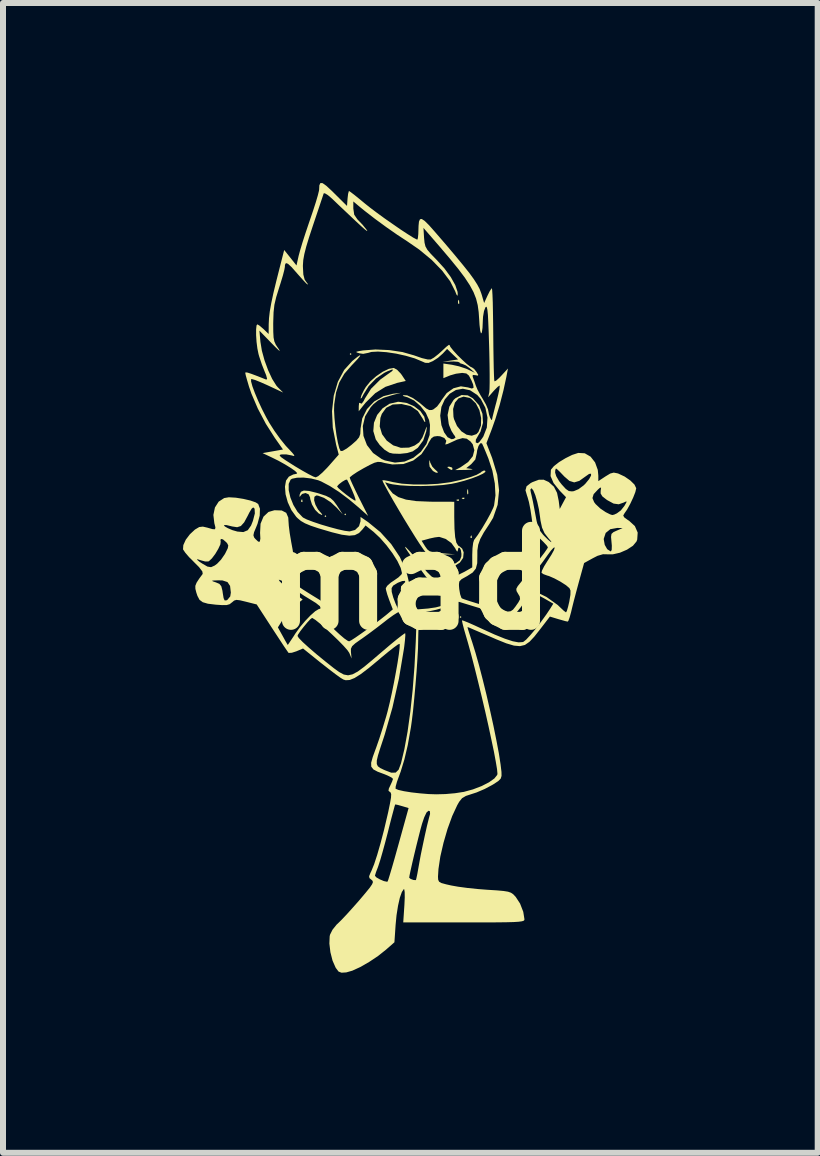
<source format=kicad_pcb>
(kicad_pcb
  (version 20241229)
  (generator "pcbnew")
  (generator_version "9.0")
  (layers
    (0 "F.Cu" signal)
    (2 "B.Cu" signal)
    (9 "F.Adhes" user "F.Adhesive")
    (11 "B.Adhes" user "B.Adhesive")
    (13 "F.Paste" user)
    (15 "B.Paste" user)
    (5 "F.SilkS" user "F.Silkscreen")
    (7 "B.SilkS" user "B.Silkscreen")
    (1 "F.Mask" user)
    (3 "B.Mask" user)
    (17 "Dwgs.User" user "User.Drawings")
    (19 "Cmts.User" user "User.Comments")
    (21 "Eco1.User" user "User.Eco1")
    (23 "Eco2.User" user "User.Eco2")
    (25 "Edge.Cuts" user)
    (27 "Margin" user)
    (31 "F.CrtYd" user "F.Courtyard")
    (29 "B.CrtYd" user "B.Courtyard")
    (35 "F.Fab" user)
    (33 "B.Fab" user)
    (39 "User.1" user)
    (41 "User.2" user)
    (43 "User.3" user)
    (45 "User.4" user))
  (footprint "mad"
    (layer "F.Cu")
    (at 3.799 6.618)
    (property "Reference" "mad" (at 0 0 0) (layer "F.SilkS") (effects (font (size 1.5 1.5) (thickness 0.3))))
    (attr board_only exclude_from_pos_files exclude_from_bom)
    (fp_poly (pts (xy -1.411 -1.066) (xy -1.426 -1.051) (xy -1.441 -1.066) (xy -1.426 -1.081)) (stroke (width 0) (type solid)) (fill yes) (layer "F.SilkS"))
    (fp_poly (pts (xy -1.081 -1.096) (xy -1.096 -1.081) (xy -1.111 -1.096) (xy -1.096 -1.111)) (stroke (width 0) (type solid)) (fill yes) (layer "F.SilkS"))
    (fp_poly (pts (xy -0.991 -3.768) (xy -1.006 -3.753) (xy -1.021 -3.768) (xy -1.006 -3.783)) (stroke (width 0) (type solid)) (fill yes) (layer "F.SilkS"))
    (fp_poly (pts (xy 0.841 0.615) (xy 0.826 0.63) (xy 0.811 0.615) (xy 0.826 0.6)) (stroke (width 0) (type solid)) (fill yes) (layer "F.SilkS"))
    (fp_poly (pts (xy -1.811 -1.341) (xy -1.808 -1.305) (xy -1.811 -1.301) (xy -1.829 -1.305) (xy -1.831 -1.321) (xy -1.82 -1.346)) (stroke (width 0) (type solid)) (fill yes) (layer "F.SilkS"))
    (fp_poly (pts (xy 0.801 -1.341) (xy 0.797 -1.323) (xy 0.781 -1.321) (xy 0.756 -1.332) (xy 0.761 -1.341) (xy 0.796 -1.345)) (stroke (width 0) (type solid)) (fill yes) (layer "F.SilkS"))
    (fp_poly (pts (xy 0.801 -4.659) (xy 0.805 -4.612) (xy 0.799 -4.602) (xy 0.785 -4.611) (xy 0.783 -4.641) (xy 0.79 -4.673)) (stroke (width 0) (type solid)) (fill yes) (layer "F.SilkS"))
    (fp_poly (pts (xy 0.891 -1.371) (xy 0.887 -1.353) (xy 0.871 -1.351) (xy 0.846 -1.362) (xy 0.851 -1.371) (xy 0.886 -1.375)) (stroke (width 0) (type solid)) (fill yes) (layer "F.SilkS"))
    (fp_poly (pts (xy 0.951 -1.509) (xy 0.955 -1.447) (xy 0.951 -1.434) (xy 0.94 -1.43) (xy 0.935 -1.471) (xy 0.94 -1.514)) (stroke (width 0) (type solid)) (fill yes) (layer "F.SilkS"))
    (fp_poly (pts (xy 1.011 -0.741) (xy 1.014 -0.705) (xy 1.011 -0.701) (xy 0.993 -0.705) (xy 0.991 -0.721) (xy 1.002 -0.745)) (stroke (width 0) (type solid)) (fill yes) (layer "F.SilkS"))
    (fp_poly (pts (xy 0.683 -1.877) (xy 0.691 -1.861) (xy 0.686 -1.835) (xy 0.66 -1.843) (xy 0.63 -1.861) (xy 0.603 -1.885) (xy 0.631 -1.891) (xy 0.638 -1.891)) (stroke (width 0) (type solid)) (fill yes) (layer "F.SilkS"))
    (fp_poly (pts (xy 0.315 -1.991) (xy 0.321 -1.959) (xy 0.356 -1.89) (xy 0.398 -1.847) (xy 0.44 -1.809) (xy 0.447 -1.788) (xy 0.414 -1.792) (xy 0.366 -1.819) (xy 0.311 -1.89) (xy 0.304 -1.946) (xy 0.308 -1.997)) (stroke (width 0) (type solid)) (fill yes) (layer "F.SilkS"))
    (fp_poly (pts (xy -1.698 -1.486) (xy -1.568 -1.454) (xy -1.531 -1.443) (xy -1.417 -1.405) (xy -1.343 -1.368) (xy -1.288 -1.318) (xy -1.232 -1.242) (xy -1.23 -1.238) (xy -1.137 -1.096) (xy -1.236 -1.205) (xy -1.339 -1.3) (xy -1.449 -1.371) (xy -1.549 -1.408) (xy -1.579 -1.411) (xy -1.61 -1.388) (xy -1.614 -1.331) (xy -1.592 -1.256) (xy -1.55 -1.179) (xy -1.526 -1.15) (xy -1.481 -1.098) (xy -1.481 -1.084) (xy -1.528 -1.107) (xy -1.539 -1.113) (xy -1.598 -1.172) (xy -1.65 -1.261) (xy -1.679 -1.352) (xy -1.681 -1.376) (xy -1.705 -1.429) (xy -1.757 -1.452) (xy -1.813 -1.437) (xy -1.833 -1.416) (xy -1.855 -1.385) (xy -1.857 -1.409) (xy -1.855 -1.426) (xy -1.834 -1.473) (xy -1.785 -1.493)) (stroke (width 0) (type solid)) (fill yes) (layer "F.SilkS"))
    (fp_poly (pts (xy -0.286 -3.536) (xy -0.233 -3.507) (xy -0.173 -3.445) (xy -0.157 -3.424) (xy -0.087 -3.319) (xy -0.231 -3.287) (xy -0.427 -3.221) (xy -0.595 -3.116) (xy -0.751 -2.963) (xy -0.786 -2.921) (xy -0.871 -2.814) (xy -0.87 -2.901) (xy -0.864 -2.955) (xy -0.847 -2.951) (xy -0.845 -2.949) (xy -0.821 -2.941) (xy -0.787 -2.988) (xy -0.769 -3.025) (xy -0.665 -3.19) (xy -0.512 -3.342) (xy -0.394 -3.427) (xy -0.319 -3.48) (xy -0.296 -3.507) (xy -0.322 -3.508) (xy -0.393 -3.48) (xy -0.444 -3.455) (xy -0.583 -3.36) (xy -0.705 -3.234) (xy -0.79 -3.098) (xy -0.793 -3.092) (xy -0.821 -3.038) (xy -0.838 -3.026) (xy -0.839 -3.034) (xy -0.825 -3.084) (xy -0.786 -3.163) (xy -0.752 -3.22) (xy -0.678 -3.312) (xy -0.578 -3.4) (xy -0.469 -3.474) (xy -0.367 -3.522) (xy -0.287 -3.536)) (stroke (width 0) (type solid)) (fill yes) (layer "F.SilkS"))
    (fp_poly (pts (xy -0.069 -2.952) (xy 0.054 -2.897) (xy 0.156 -2.818) (xy 0.221 -2.724) (xy 0.239 -2.642) (xy 0.228 -2.635) (xy 0.204 -2.674) (xy 0.198 -2.687) (xy 0.114 -2.818) (xy -0.003 -2.899) (xy -0.157 -2.935) (xy -0.304 -2.927) (xy -0.413 -2.872) (xy -0.486 -2.771) (xy -0.51 -2.703) (xy -0.521 -2.561) (xy -0.482 -2.432) (xy -0.404 -2.325) (xy -0.296 -2.246) (xy -0.169 -2.205) (xy -0.033 -2.209) (xy 0.06 -2.243) (xy 0.136 -2.296) (xy 0.19 -2.376) (xy 0.219 -2.447) (xy 0.249 -2.53) (xy 0.263 -2.56) (xy 0.263 -2.539) (xy 0.254 -2.478) (xy 0.204 -2.328) (xy 0.114 -2.206) (xy 0.029 -2.146) (xy -0.064 -2.118) (xy -0.184 -2.105) (xy -0.3 -2.109) (xy -0.36 -2.123) (xy -0.438 -2.171) (xy -0.521 -2.252) (xy -0.585 -2.342) (xy -0.588 -2.348) (xy -0.628 -2.484) (xy -0.617 -2.623) (xy -0.564 -2.753) (xy -0.474 -2.863) (xy -0.356 -2.94) (xy -0.218 -2.972) (xy -0.203 -2.972)) (stroke (width 0) (type solid)) (fill yes) (layer "F.SilkS"))
    (fp_poly (pts (xy 1.235 -1.824) (xy 1.241 -1.804) (xy 1.199 -1.774) (xy 1.12 -1.737) (xy 1.014 -1.696) (xy 0.891 -1.657) (xy 0.762 -1.623) (xy 0.676 -1.605) (xy 0.53 -1.585) (xy 0.356 -1.573) (xy 0.169 -1.568) (xy -0.015 -1.57) (xy -0.18 -1.58) (xy -0.309 -1.597) (xy -0.358 -1.608) (xy -0.432 -1.631) (xy -0.372 -1.529) (xy -0.305 -1.446) (xy -0.211 -1.384) (xy -0.083 -1.342) (xy 0.088 -1.317) (xy 0.309 -1.308) (xy 0.353 -1.307) (xy 0.721 -1.306) (xy 0.721 -1.051) (xy 0.725 -0.857) (xy 0.736 -0.717) (xy 0.756 -0.625) (xy 0.787 -0.575) (xy 0.81 -0.562) (xy 0.853 -0.525) (xy 0.878 -0.464) (xy 0.869 -0.371) (xy 0.814 -0.292) (xy 0.727 -0.237) (xy 0.621 -0.214) (xy 0.511 -0.232) (xy 0.51 -0.232) (xy 0.414 -0.285) (xy 0.316 -0.375) (xy 0.209 -0.51) (xy 0.141 -0.609) (xy 0.11 -0.657) (xy 0.177 -0.657) (xy 0.237 -0.561) (xy 0.273 -0.511) (xy 0.312 -0.481) (xy 0.373 -0.463) (xy 0.471 -0.452) (xy 0.517 -0.448) (xy 0.736 -0.431) (xy 0.545 -0.426) (xy 0.431 -0.417) (xy 0.375 -0.398) (xy 0.377 -0.366) (xy 0.436 -0.321) (xy 0.482 -0.295) (xy 0.573 -0.253) (xy 0.642 -0.244) (xy 0.717 -0.268) (xy 0.752 -0.286) (xy 0.815 -0.332) (xy 0.839 -0.395) (xy 0.841 -0.436) (xy 0.831 -0.502) (xy 0.811 -0.539) (xy 0.79 -0.537) (xy 0.779 -0.489) (xy 0.779 -0.488) (xy 0.769 -0.475) (xy 0.745 -0.513) (xy 0.737 -0.531) (xy 0.673 -0.619) (xy 0.577 -0.687) (xy 0.475 -0.72) (xy 0.459 -0.72) (xy 0.396 -0.712) (xy 0.308 -0.693) (xy 0.291 -0.688) (xy 0.177 -0.657) (xy 0.11 -0.657) (xy 0.064 -0.729) (xy -0.022 -0.868) (xy -0.114 -1.018) (xy -0.205 -1.171) (xy -0.291 -1.318) (xy -0.366 -1.449) (xy -0.425 -1.557) (xy -0.464 -1.631) (xy -0.477 -1.664) (xy -0.477 -1.665) (xy -0.444 -1.664) (xy -0.371 -1.651) (xy -0.301 -1.634) (xy -0.153 -1.608) (xy 0.035 -1.595) (xy 0.242 -1.594) (xy 0.449 -1.605) (xy 0.636 -1.629) (xy 0.665 -1.634) (xy 0.833 -1.671) (xy 0.978 -1.713) (xy 1.091 -1.754) (xy 1.16 -1.792) (xy 1.174 -1.806) (xy 1.215 -1.827)) (stroke (width 0) (type solid)) (fill yes) (layer "F.SilkS"))
    (fp_poly (pts (xy -1.473 -6.616) (xy -1.41 -6.571) (xy -1.316 -6.484) (xy -1.281 -6.449) (xy -1.066 -6.236) (xy -1.057 -6.36) (xy -1.048 -6.437) (xy -1.036 -6.481) (xy -1.032 -6.485) (xy -1.005 -6.467) (xy -0.941 -6.418) (xy -0.852 -6.346) (xy -0.771 -6.279) (xy -0.682 -6.208) (xy -0.568 -6.122) (xy -0.439 -6.028) (xy -0.304 -5.934) (xy -0.174 -5.844) (xy -0.058 -5.768) (xy 0.034 -5.71) (xy 0.093 -5.679) (xy 0.106 -5.674) (xy 0.115 -5.701) (xy 0.122 -5.769) (xy 0.123 -5.802) (xy 0.126 -5.904) (xy 0.133 -5.975) (xy 0.15 -6.014) (xy 0.179 -6.019) (xy 0.228 -5.987) (xy 0.3 -5.916) (xy 0.399 -5.804) (xy 0.532 -5.65) (xy 0.572 -5.604) (xy 0.739 -5.406) (xy 0.871 -5.246) (xy 0.973 -5.118) (xy 1.049 -5.013) (xy 1.104 -4.927) (xy 1.144 -4.852) (xy 1.171 -4.78) (xy 1.181 -4.749) (xy 1.219 -4.618) (xy 1.275 -4.741) (xy 1.312 -4.815) (xy 1.341 -4.859) (xy 1.348 -4.864) (xy 1.353 -4.835) (xy 1.358 -4.754) (xy 1.363 -4.629) (xy 1.366 -4.468) (xy 1.369 -4.279) (xy 1.371 -4.096) (xy 1.373 -3.887) (xy 1.376 -3.699) (xy 1.379 -3.539) (xy 1.383 -3.416) (xy 1.387 -3.338) (xy 1.391 -3.313) (xy 1.418 -3.324) (xy 1.47 -3.37) (xy 1.511 -3.413) (xy 1.616 -3.527) (xy 1.59 -3.389) (xy 1.541 -3.163) (xy 1.478 -2.919) (xy 1.406 -2.684) (xy 1.346 -2.514) (xy 1.257 -2.282) (xy 1.353 -2.034) (xy 1.437 -1.756) (xy 1.468 -1.495) (xy 1.444 -1.255) (xy 1.368 -1.038) (xy 1.307 -0.937) (xy 1.214 -0.795) (xy 1.154 -0.685) (xy 1.12 -0.589) (xy 1.106 -0.493) (xy 1.106 -0.412) (xy 1.104 -0.282) (xy 1.081 -0.193) (xy 1.028 -0.127) (xy 0.935 -0.067) (xy 0.922 -0.06) (xy 0.843 -0.016) (xy 0.806 0.022) (xy 0.798 0.075) (xy 0.804 0.148) (xy 0.819 0.234) (xy 0.839 0.292) (xy 0.848 0.304) (xy 0.886 0.319) (xy 0.97 0.347) (xy 1.089 0.384) (xy 1.23 0.426) (xy 1.264 0.436) (xy 1.422 0.483) (xy 1.532 0.513) (xy 1.608 0.526) (xy 1.66 0.519) (xy 1.7 0.492) (xy 1.739 0.443) (xy 1.79 0.37) (xy 1.818 0.317) (xy 1.811 0.271) (xy 1.785 0.227) (xy 1.759 0.182) (xy 1.755 0.145) (xy 1.778 0.102) (xy 1.868 0.102) (xy 2.032 0.169) (xy 2.259 0.281) (xy 2.445 0.414) (xy 2.492 0.459) (xy 2.546 0.51) (xy 2.581 0.536) (xy 2.584 0.537) (xy 2.598 0.512) (xy 2.618 0.443) (xy 2.638 0.358) (xy 2.657 0.244) (xy 2.658 0.173) (xy 2.641 0.134) (xy 2.584 0.085) (xy 2.492 0.026) (xy 2.39 -0.029) (xy 2.298 -0.069) (xy 2.272 -0.076) (xy 2.207 -0.1) (xy 2.175 -0.123) (xy 2.183 -0.159) (xy 2.218 -0.229) (xy 2.274 -0.319) (xy 2.282 -0.331) (xy 2.341 -0.424) (xy 2.382 -0.499) (xy 2.396 -0.543) (xy 2.395 -0.545) (xy 2.375 -0.539) (xy 2.332 -0.492) (xy 2.276 -0.416) (xy 2.198 -0.307) (xy 2.103 -0.182) (xy 2.018 -0.077) (xy 1.868 0.102) (xy 1.778 0.102) (xy 1.78 0.099) (xy 1.838 0.027) (xy 1.85 0.011) (xy 1.958 -0.118) (xy 2.06 -0.245) (xy 2.15 -0.361) (xy 2.222 -0.455) (xy 2.268 -0.521) (xy 2.282 -0.547) (xy 2.262 -0.578) (xy 2.21 -0.634) (xy 2.161 -0.682) (xy 2.101 -0.742) (xy 2.063 -0.795) (xy 2.039 -0.86) (xy 2.022 -0.954) (xy 2.01 -1.048) (xy 1.99 -1.179) (xy 1.966 -1.3) (xy 1.941 -1.389) (xy 1.936 -1.401) (xy 1.908 -1.498) (xy 1.911 -1.508) (xy 1.989 -1.508) (xy 1.997 -1.464) (xy 2.011 -1.405) (xy 2.033 -1.304) (xy 2.057 -1.179) (xy 2.068 -1.12) (xy 2.094 -0.983) (xy 2.12 -0.888) (xy 2.152 -0.821) (xy 2.197 -0.762) (xy 2.22 -0.737) (xy 2.285 -0.673) (xy 2.328 -0.638) (xy 2.342 -0.633) (xy 2.321 -0.664) (xy 2.31 -0.676) (xy 3.213 -0.676) (xy 3.229 -0.588) (xy 3.27 -0.516) (xy 3.324 -0.481) (xy 3.333 -0.48) (xy 3.345 -0.507) (xy 3.347 -0.575) (xy 3.342 -0.63) (xy 3.334 -0.72) (xy 3.341 -0.77) (xy 3.374 -0.8) (xy 3.426 -0.824) (xy 3.528 -0.868) (xy 3.437 -0.87) (xy 3.322 -0.849) (xy 3.245 -0.787) (xy 3.213 -0.691) (xy 3.213 -0.676) (xy 2.31 -0.676) (xy 2.291 -0.698) (xy 2.225 -0.783) (xy 2.184 -0.875) (xy 2.158 -0.995) (xy 2.151 -1.051) (xy 2.132 -1.18) (xy 2.104 -1.306) (xy 2.072 -1.415) (xy 2.039 -1.495) (xy 2.011 -1.53) (xy 2.007 -1.531) (xy 1.989 -1.508) (xy 1.911 -1.508) (xy 1.926 -1.564) (xy 1.995 -1.618) (xy 2.026 -1.634) (xy 2.13 -1.673) (xy 2.21 -1.674) (xy 2.292 -1.637) (xy 2.299 -1.632) (xy 2.382 -1.557) (xy 2.434 -1.455) (xy 2.462 -1.321) (xy 2.479 -1.186) (xy 2.531 -1.284) (xy 2.576 -1.368) (xy 3.024 -1.368) (xy 3.052 -1.3) (xy 3.077 -1.267) (xy 3.156 -1.193) (xy 3.245 -1.133) (xy 3.249 -1.131) (xy 3.317 -1.097) (xy 3.354 -1.085) (xy 3.386 -1.092) (xy 3.431 -1.113) (xy 3.497 -1.162) (xy 3.555 -1.235) (xy 3.556 -1.236) (xy 3.59 -1.296) (xy 3.591 -1.314) (xy 3.559 -1.3) (xy 3.548 -1.294) (xy 3.462 -1.264) (xy 3.376 -1.276) (xy 3.271 -1.333) (xy 3.262 -1.339) (xy 3.189 -1.396) (xy 3.16 -1.445) (xy 3.161 -1.49) (xy 3.168 -1.54) (xy 3.151 -1.541) (xy 3.116 -1.51) (xy 3.044 -1.433) (xy 3.024 -1.368) (xy 2.576 -1.368) (xy 2.584 -1.382) (xy 2.481 -1.488) (xy 2.376 -1.618) (xy 2.326 -1.734) (xy 2.329 -1.792) (xy 2.402 -1.792) (xy 2.421 -1.731) (xy 2.469 -1.649) (xy 2.512 -1.594) (xy 2.58 -1.52) (xy 2.63 -1.485) (xy 2.682 -1.479) (xy 2.714 -1.483) (xy 2.792 -1.516) (xy 2.876 -1.578) (xy 2.905 -1.606) (xy 2.969 -1.684) (xy 3.001 -1.743) (xy 3.001 -1.774) (xy 2.968 -1.77) (xy 2.91 -1.729) (xy 2.805 -1.654) (xy 2.72 -1.629) (xy 2.64 -1.654) (xy 2.552 -1.73) (xy 2.546 -1.737) (xy 2.481 -1.805) (xy 2.433 -1.85) (xy 2.416 -1.861) (xy 2.405 -1.836) (xy 2.402 -1.792) (xy 2.329 -1.792) (xy 2.331 -1.834) (xy 2.335 -1.844) (xy 2.382 -1.9) (xy 2.468 -1.967) (xy 2.575 -2.032) (xy 2.686 -2.087) (xy 2.784 -2.119) (xy 2.788 -2.12) (xy 2.896 -2.114) (xy 2.993 -2.058) (xy 3.068 -1.962) (xy 3.113 -1.837) (xy 3.122 -1.742) (xy 3.122 -1.65) (xy 3.242 -1.729) (xy 3.321 -1.777) (xy 3.379 -1.792) (xy 3.442 -1.78) (xy 3.457 -1.775) (xy 3.561 -1.726) (xy 3.655 -1.661) (xy 3.724 -1.593) (xy 3.753 -1.533) (xy 3.753 -1.529) (xy 3.739 -1.468) (xy 3.703 -1.376) (xy 3.654 -1.272) (xy 3.602 -1.177) (xy 3.556 -1.111) (xy 3.556 -1.11) (xy 3.537 -1.077) (xy 3.554 -1.046) (xy 3.614 -1.002) (xy 3.634 -0.99) (xy 3.731 -0.901) (xy 3.778 -0.793) (xy 3.77 -0.676) (xy 3.758 -0.644) (xy 3.699 -0.573) (xy 3.6 -0.508) (xy 3.482 -0.457) (xy 3.363 -0.43) (xy 3.293 -0.43) (xy 3.2 -0.432) (xy 3.108 -0.405) (xy 3.03 -0.365) (xy 2.885 -0.285) (xy 2.794 0.045) (xy 2.753 0.197) (xy 2.714 0.345) (xy 2.683 0.469) (xy 2.668 0.533) (xy 2.644 0.62) (xy 2.623 0.678) (xy 2.612 0.691) (xy 2.573 0.683) (xy 2.499 0.662) (xy 2.453 0.649) (xy 2.315 0.607) (xy 2.149 0.823) (xy 2.055 0.942) (xy 1.975 1.027) (xy 1.899 1.08) (xy 1.816 1.1) (xy 1.716 1.091) (xy 1.588 1.053) (xy 1.424 0.987) (xy 1.293 0.93) (xy 1.162 0.874) (xy 1.052 0.827) (xy 0.976 0.794) (xy 0.942 0.781) (xy 0.942 0.781) (xy 0.947 0.807) (xy 0.969 0.877) (xy 1.002 0.979) (xy 1.021 1.036) (xy 1.074 1.207) (xy 1.133 1.416) (xy 1.195 1.655) (xy 1.258 1.91) (xy 1.318 2.172) (xy 1.375 2.431) (xy 1.424 2.673) (xy 1.465 2.89) (xy 1.493 3.071) (xy 1.508 3.196) (xy 1.509 3.263) (xy 1.495 3.308) (xy 1.454 3.349) (xy 1.375 3.401) (xy 1.351 3.415) (xy 1.229 3.48) (xy 1.093 3.538) (xy 1.016 3.563) (xy 0.915 3.596) (xy 0.851 3.634) (xy 0.803 3.694) (xy 0.771 3.75) (xy 0.687 3.931) (xy 0.609 4.146) (xy 0.542 4.377) (xy 0.489 4.606) (xy 0.458 4.813) (xy 0.45 4.941) (xy 0.453 4.992) (xy 0.468 5.025) (xy 0.508 5.048) (xy 0.585 5.069) (xy 0.668 5.088) (xy 0.786 5.109) (xy 0.944 5.13) (xy 1.118 5.148) (xy 1.273 5.16) (xy 1.432 5.17) (xy 1.543 5.18) (xy 1.617 5.192) (xy 1.666 5.209) (xy 1.703 5.234) (xy 1.738 5.271) (xy 1.744 5.277) (xy 1.818 5.39) (xy 1.871 5.527) (xy 1.891 5.652) (xy 1.888 5.666) (xy 1.874 5.678) (xy 1.844 5.686) (xy 1.791 5.693) (xy 1.71 5.698) (xy 1.594 5.701) (xy 1.438 5.703) (xy 1.236 5.704) (xy 0.982 5.704) (xy 0.881 5.704) (xy -0.129 5.704) (xy -0.11 5.418) (xy -0.104 5.29) (xy -0.105 5.198) (xy -0.113 5.151) (xy -0.119 5.148) (xy -0.152 5.197) (xy -0.186 5.293) (xy -0.216 5.427) (xy -0.241 5.585) (xy -0.256 5.742) (xy -0.276 6.035) (xy -0.416 6.158) (xy -0.548 6.263) (xy -0.696 6.362) (xy -0.844 6.447) (xy -0.977 6.508) (xy -1.078 6.537) (xy -1.158 6.542) (xy -1.207 6.523) (xy -1.25 6.466) (xy -1.257 6.455) (xy -1.307 6.341) (xy -1.343 6.2) (xy -1.36 6.056) (xy -1.355 5.935) (xy -1.349 5.908) (xy -1.308 5.826) (xy -1.24 5.741) (xy -1.217 5.72) (xy -1.158 5.662) (xy -1.071 5.57) (xy -0.969 5.457) (xy -0.862 5.336) (xy -0.858 5.331) (xy -0.755 5.209) (xy -0.686 5.124) (xy -0.648 5.068) (xy -0.634 5.032) (xy -0.642 5.009) (xy -0.658 4.994) (xy -0.692 4.966) (xy -0.698 4.935) (xy -0.695 4.927) (xy -0.6 4.927) (xy -0.576 4.954) (xy -0.518 4.987) (xy -0.452 5.015) (xy -0.401 5.026) (xy -0.39 5.023) (xy -0.378 4.992) (xy -0.368 4.959) (xy -0.03 4.959) (xy -0.006 4.979) (xy 0.042 4.997) (xy 0.081 4.999) (xy 0.082 4.999) (xy 0.09 4.969) (xy 0.106 4.894) (xy 0.125 4.787) (xy 0.136 4.726) (xy 0.162 4.583) (xy 0.196 4.419) (xy 0.232 4.25) (xy 0.267 4.094) (xy 0.299 3.966) (xy 0.318 3.896) (xy 0.315 3.851) (xy 0.292 3.843) (xy 0.259 3.872) (xy 0.22 3.954) (xy 0.184 4.061) (xy 0.158 4.155) (xy 0.126 4.281) (xy 0.09 4.425) (xy 0.054 4.574) (xy 0.021 4.715) (xy -0.006 4.835) (xy -0.024 4.921) (xy -0.03 4.959) (xy -0.368 4.959) (xy -0.353 4.911) (xy -0.317 4.79) (xy -0.273 4.637) (xy -0.224 4.461) (xy -0.208 4.404) (xy -0.04 3.798) (xy -0.148 3.766) (xy -0.219 3.746) (xy -0.26 3.738) (xy -0.263 3.738) (xy -0.273 3.768) (xy -0.294 3.846) (xy -0.325 3.962) (xy -0.362 4.106) (xy -0.387 4.207) (xy -0.431 4.375) (xy -0.474 4.532) (xy -0.512 4.664) (xy -0.542 4.757) (xy -0.552 4.786) (xy -0.582 4.864) (xy -0.599 4.919) (xy -0.6 4.927) (xy -0.695 4.927) (xy -0.676 4.88) (xy -0.658 4.842) (xy -0.614 4.734) (xy -0.563 4.578) (xy -0.507 4.383) (xy -0.449 4.162) (xy -0.393 3.923) (xy -0.38 3.867) (xy -0.35 3.722) (xy -0.333 3.625) (xy -0.33 3.567) (xy -0.34 3.538) (xy -0.351 3.53) (xy -0.375 3.51) (xy -0.369 3.475) (xy -0.257 3.475) (xy -0.257 3.476) (xy -0.21 3.496) (xy -0.118 3.517) (xy 0.007 3.537) (xy 0.149 3.553) (xy 0.294 3.565) (xy 0.42 3.569) (xy 0.573 3.565) (xy 0.734 3.551) (xy 0.87 3.53) (xy 0.879 3.529) (xy 1.033 3.487) (xy 1.177 3.432) (xy 1.3 3.369) (xy 1.39 3.305) (xy 1.437 3.246) (xy 1.441 3.225) (xy 1.434 3.15) (xy 1.413 3.024) (xy 1.382 2.857) (xy 1.34 2.658) (xy 1.292 2.434) (xy 1.238 2.194) (xy 1.18 1.947) (xy 1.12 1.7) (xy 1.061 1.463) (xy 1.004 1.243) (xy 0.951 1.05) (xy 0.917 0.933) (xy 0.884 0.819) (xy 0.861 0.73) (xy 0.85 0.678) (xy 0.851 0.67) (xy 0.88 0.678) (xy 0.953 0.707) (xy 1.057 0.753) (xy 1.174 0.807) (xy 1.392 0.906) (xy 1.565 0.976) (xy 1.697 1.019) (xy 1.793 1.037) (xy 1.861 1.032) (xy 1.875 1.027) (xy 1.921 0.99) (xy 1.991 0.914) (xy 2.077 0.812) (xy 2.168 0.693) (xy 2.256 0.571) (xy 2.321 0.474) (xy 2.372 0.392) (xy 2.214 0.301) (xy 2.125 0.253) (xy 2.055 0.22) (xy 2.024 0.21) (xy 1.991 0.234) (xy 1.94 0.294) (xy 1.899 0.353) (xy 1.834 0.446) (xy 1.768 0.528) (xy 1.736 0.561) (xy 1.666 0.627) (xy 1.231 0.493) (xy 0.796 0.36) (xy 0.661 0.417) (xy 0.553 0.456) (xy 0.422 0.493) (xy 0.341 0.511) (xy 0.24 0.532) (xy 0.183 0.554) (xy 0.155 0.586) (xy 0.141 0.641) (xy 0.139 0.656) (xy 0.13 0.74) (xy 0.123 0.86) (xy 0.12 0.991) (xy 0.12 1.006) (xy 0.117 1.139) (xy 0.107 1.316) (xy 0.093 1.523) (xy 0.075 1.745) (xy 0.055 1.966) (xy 0.035 2.171) (xy 0.014 2.345) (xy -0.001 2.451) (xy -0.053 2.746) (xy -0.11 2.989) (xy -0.172 3.192) (xy -0.198 3.263) (xy -0.234 3.362) (xy -0.255 3.438) (xy -0.257 3.475) (xy -0.369 3.475) (xy -0.367 3.469) (xy -0.346 3.425) (xy -0.315 3.357) (xy -0.3 3.313) (xy -0.3 3.311) (xy -0.326 3.288) (xy -0.392 3.255) (xy -0.443 3.234) (xy -0.556 3.192) (xy -0.627 3.154) (xy -0.662 3.108) (xy -0.664 3.043) (xy -0.637 2.947) (xy -0.586 2.806) (xy -0.585 2.805) (xy -0.528 2.641) (xy -0.467 2.45) (xy -0.411 2.264) (xy -0.39 2.187) (xy -0.355 2.044) (xy -0.319 1.881) (xy -0.284 1.709) (xy -0.252 1.537) (xy -0.224 1.378) (xy -0.203 1.24) (xy -0.19 1.135) (xy -0.187 1.073) (xy -0.19 1.061) (xy -0.218 1.073) (xy -0.282 1.119) (xy -0.374 1.191) (xy -0.486 1.283) (xy -0.531 1.322) (xy -0.701 1.463) (xy -0.835 1.565) (xy -0.94 1.631) (xy -1.022 1.664) (xy -1.089 1.668) (xy -1.127 1.656) (xy -1.175 1.627) (xy -1.258 1.567) (xy -1.364 1.486) (xy -1.484 1.392) (xy -1.496 1.383) (xy -1.799 1.139) (xy -1.91 1.186) (xy -1.985 1.21) (xy -2.036 1.213) (xy -2.043 1.209) (xy -2.065 1.177) (xy -2.115 1.104) (xy -2.184 0.999) (xy -2.268 0.871) (xy -2.317 0.796) (xy -2.323 0.787) (xy -2.218 0.787) (xy -2.137 0.933) (xy -2.093 1.013) (xy -2.062 1.067) (xy -2.053 1.08) (xy -2.037 1.057) (xy -1.996 0.996) (xy -1.952 0.93) (xy -1.891 0.93) (xy -1.869 0.965) (xy -1.804 1.032) (xy -1.704 1.123) (xy -1.574 1.235) (xy -1.421 1.36) (xy -1.398 1.378) (xy -1.286 1.467) (xy -1.196 1.532) (xy -1.12 1.573) (xy -1.049 1.586) (xy -0.975 1.57) (xy -0.888 1.524) (xy -0.781 1.445) (xy -0.644 1.331) (xy -0.47 1.182) (xy -0.467 1.18) (xy -0.345 1.076) (xy -0.238 0.988) (xy -0.156 0.924) (xy -0.107 0.889) (xy -0.096 0.885) (xy -0.094 0.919) (xy -0.1 0.997) (xy -0.112 1.105) (xy -0.118 1.147) (xy -0.201 1.642) (xy -0.309 2.124) (xy -0.437 2.571) (xy -0.454 2.624) (xy -0.511 2.796) (xy -0.55 2.921) (xy -0.57 3.007) (xy -0.57 3.064) (xy -0.552 3.102) (xy -0.513 3.131) (xy -0.455 3.159) (xy -0.435 3.168) (xy -0.328 3.209) (xy -0.255 3.207) (xy -0.206 3.159) (xy -0.168 3.057) (xy -0.167 3.055) (xy -0.11 2.816) (xy -0.057 2.526) (xy -0.011 2.194) (xy 0.028 1.829) (xy 0.058 1.441) (xy 0.079 1.039) (xy 0.08 1.017) (xy 0.099 0.488) (xy 0.284 0.473) (xy 0.413 0.454) (xy 0.544 0.42) (xy 0.61 0.396) (xy 0.693 0.356) (xy 0.735 0.319) (xy 0.749 0.268) (xy 0.75 0.219) (xy 0.744 0.116) (xy 0.721 0.061) (xy 0.671 0.05) (xy 0.585 0.079) (xy 0.521 0.109) (xy 0.406 0.158) (xy 0.294 0.187) (xy 0.159 0.203) (xy 0.098 0.206) (xy -0.026 0.209) (xy -0.104 0.206) (xy -0.146 0.194) (xy -0.167 0.171) (xy -0.17 0.164) (xy -0.165 0.103) (xy -0.135 0.071) (xy -0.095 0.031) (xy -0.102 0.012) (xy -0.146 0.015) (xy -0.218 0.043) (xy -0.227 0.048) (xy -0.297 0.091) (xy -0.323 0.133) (xy -0.321 0.197) (xy -0.32 0.199) (xy -0.297 0.285) (xy -0.258 0.388) (xy -0.243 0.421) (xy -0.211 0.492) (xy -0.197 0.53) (xy -0.199 0.532) (xy -0.228 0.542) (xy -0.293 0.583) (xy -0.382 0.647) (xy -0.442 0.694) (xy -0.566 0.79) (xy -0.697 0.888) (xy -0.812 0.971) (xy -0.84 0.99) (xy -0.93 1.054) (xy -0.981 1.101) (xy -1.001 1.144) (xy -1.001 1.197) (xy -1 1.206) (xy -0.99 1.306) (xy -1.028 1.213) (xy -1.06 1.166) (xy -1.126 1.092) (xy -1.214 1.002) (xy -1.316 0.904) (xy -1.419 0.809) (xy -1.515 0.725) (xy -1.592 0.663) (xy -1.642 0.632) (xy -1.649 0.63) (xy -1.678 0.652) (xy -1.729 0.707) (xy -1.788 0.778) (xy -1.844 0.85) (xy -1.882 0.907) (xy -1.891 0.93) (xy -1.952 0.93) (xy -1.939 0.909) (xy -1.925 0.887) (xy -1.85 0.783) (xy -1.763 0.68) (xy -1.675 0.588) (xy -1.596 0.518) (xy -1.538 0.483) (xy -1.526 0.48) (xy -1.498 0.468) (xy -1.519 0.433) (xy -1.584 0.381) (xy -1.665 0.331) (xy -1.778 0.262) (xy -1.907 0.176) (xy -2.009 0.105) (xy -2.097 0.044) (xy -2.165 0.004) (xy -2.201 -0.007) (xy -2.203 -0.006) (xy -2.187 0.021) (xy -2.132 0.073) (xy -2.049 0.141) (xy -2.011 0.17) (xy -1.805 0.323) (xy -1.927 0.421) (xy -2.019 0.509) (xy -2.107 0.615) (xy -2.133 0.653) (xy -2.218 0.787) (xy -2.323 0.787) (xy -2.571 0.405) (xy -2.749 0.36) (xy -2.849 0.336) (xy -2.909 0.329) (xy -2.948 0.341) (xy -2.983 0.371) (xy -2.984 0.371) (xy -3.022 0.401) (xy -3.071 0.415) (xy -3.148 0.416) (xy -3.252 0.409) (xy -3.384 0.393) (xy -3.47 0.368) (xy -3.524 0.328) (xy -3.559 0.262) (xy -3.577 0.208) (xy -3.593 0.145) (xy -3.594 0.095) (xy -3.573 0.042) (xy -3.553 0.011) (xy -3.318 0.011) (xy -3.296 0.022) (xy -3.252 0.037) (xy -3.193 0.062) (xy -3.161 0.102) (xy -3.142 0.177) (xy -3.137 0.213) (xy -3.123 0.299) (xy -3.106 0.337) (xy -3.079 0.338) (xy -3.06 0.329) (xy -3.012 0.271) (xy -3.002 0.207) (xy -3.015 0.096) (xy -3.058 0.032) (xy -3.141 0.005) (xy -3.206 0.003) (xy -3.289 0.006) (xy -3.318 0.011) (xy -3.553 0.011) (xy -3.525 -0.031) (xy -3.471 -0.104) (xy -3.477 -0.145) (xy -3.532 -0.217) (xy -3.613 -0.298) (xy -3.655 -0.341) (xy -3.566 -0.341) (xy -3.524 -0.306) (xy -3.475 -0.274) (xy -3.392 -0.226) (xy -3.332 -0.216) (xy -3.272 -0.243) (xy -3.231 -0.273) (xy -3.166 -0.341) (xy -3.103 -0.432) (xy -3.09 -0.456) (xy -3.053 -0.532) (xy -3.045 -0.578) (xy -3.063 -0.614) (xy -3.08 -0.633) (xy -3.133 -0.679) (xy -3.169 -0.687) (xy -3.175 -0.657) (xy -3.171 -0.643) (xy -3.177 -0.595) (xy -3.212 -0.52) (xy -3.262 -0.436) (xy -3.318 -0.362) (xy -3.367 -0.316) (xy -3.375 -0.312) (xy -3.429 -0.311) (xy -3.493 -0.328) (xy -3.556 -0.348) (xy -3.566 -0.341) (xy -3.655 -0.341) (xy -3.697 -0.382) (xy -3.762 -0.458) (xy -3.797 -0.51) (xy -3.799 -0.514) (xy -3.794 -0.584) (xy -3.753 -0.674) (xy -3.684 -0.765) (xy -3.6 -0.843) (xy -3.598 -0.844) (xy -3.529 -0.885) (xy -3.468 -0.892) (xy -3.394 -0.875) (xy -3.307 -0.85) (xy -3.266 -0.848) (xy -3.259 -0.878) (xy -3.269 -0.918) (xy -3.116 -0.918) (xy -3.104 -0.896) (xy -3.052 -0.866) (xy -2.978 -0.834) (xy -2.898 -0.811) (xy -2.897 -0.81) (xy -2.794 -0.801) (xy -2.72 -0.832) (xy -2.665 -0.91) (xy -2.634 -0.988) (xy -2.602 -1.112) (xy -2.606 -1.189) (xy -2.609 -1.194) (xy -2.629 -1.212) (xy -2.655 -1.191) (xy -2.694 -1.126) (xy -2.721 -1.072) (xy -2.78 -0.963) (xy -2.835 -0.902) (xy -2.897 -0.882) (xy -2.981 -0.895) (xy -3.001 -0.9) (xy -3.072 -0.917) (xy -3.113 -0.919) (xy -3.116 -0.918) (xy -3.269 -0.918) (xy -3.276 -0.945) (xy -3.277 -0.948) (xy -3.293 -1.087) (xy -3.267 -1.211) (xy -3.205 -1.308) (xy -3.113 -1.368) (xy -3.035 -1.381) (xy -2.918 -1.374) (xy -2.793 -1.354) (xy -2.677 -1.327) (xy -2.588 -1.296) (xy -2.546 -1.269) (xy -2.517 -1.19) (xy -2.521 -1.076) (xy -2.557 -0.94) (xy -2.579 -0.885) (xy -2.615 -0.799) (xy -2.626 -0.748) (xy -2.614 -0.711) (xy -2.593 -0.686) (xy -2.545 -0.641) (xy -2.519 -0.642) (xy -2.51 -0.693) (xy -2.515 -0.788) (xy -2.507 -0.94) (xy -2.458 -1.058) (xy -2.375 -1.136) (xy -2.275 -1.165) (xy -2.154 -1.161) (xy -2.079 -1.122) (xy -2.045 -1.043) (xy -2.042 -0.992) (xy -2.036 -0.905) (xy -2.021 -0.784) (xy -1.999 -0.654) (xy -1.997 -0.641) (xy -1.971 -0.501) (xy -1.958 -0.406) (xy -1.958 -0.339) (xy -1.974 -0.286) (xy -2.005 -0.231) (xy -2.028 -0.196) (xy -2.105 -0.082) (xy -2.044 -0.018) (xy -1.995 0.023) (xy -1.907 0.085) (xy -1.793 0.161) (xy -1.666 0.241) (xy -1.534 0.322) (xy -1.446 0.38) (xy -1.393 0.422) (xy -1.367 0.456) (xy -1.361 0.49) (xy -1.366 0.532) (xy -1.367 0.535) (xy -1.383 0.615) (xy -1.399 0.671) (xy -1.399 0.672) (xy -1.384 0.705) (xy -1.335 0.764) (xy -1.264 0.836) (xy -1.185 0.909) (xy -1.111 0.972) (xy -1.053 1.012) (xy -1.031 1.02) (xy -0.997 1.003) (xy -0.927 0.958) (xy -0.832 0.892) (xy -0.722 0.814) (xy -0.61 0.732) (xy -0.507 0.654) (xy -0.423 0.588) (xy -0.396 0.566) (xy -0.303 0.487) (xy -0.362 0.333) (xy -0.395 0.239) (xy -0.416 0.163) (xy -0.42 0.134) (xy -0.396 0.094) (xy -0.335 0.04) (xy -0.285 0.007) (xy -0.209 -0.046) (xy -0.16 -0.094) (xy -0.15 -0.116) (xy -0.171 -0.203) (xy -0.226 -0.318) (xy -0.309 -0.449) (xy -0.409 -0.582) (xy -0.518 -0.706) (xy -0.627 -0.808) (xy -0.634 -0.813) (xy -0.757 -0.911) (xy -0.807 -0.847) (xy -0.866 -0.785) (xy -0.936 -0.75) (xy -1.028 -0.741) (xy -1.152 -0.757) (xy -1.318 -0.798) (xy -1.369 -0.813) (xy -1.545 -0.865) (xy -1.673 -0.908) (xy -1.766 -0.947) (xy -1.834 -0.986) (xy -1.889 -1.032) (xy -1.912 -1.055) (xy -1.993 -1.167) (xy -2.053 -1.297) (xy -2.09 -1.431) (xy -2.1 -1.557) (xy -2.092 -1.604) (xy -2.038 -1.604) (xy -2.038 -1.5) (xy -2.01 -1.378) (xy -1.96 -1.253) (xy -1.891 -1.139) (xy -1.808 -1.051) (xy -1.797 -1.042) (xy -1.736 -1.011) (xy -1.631 -0.971) (xy -1.5 -0.927) (xy -1.358 -0.885) (xy -1.22 -0.848) (xy -1.104 -0.822) (xy -1.025 -0.812) (xy -1.023 -0.812) (xy -0.932 -0.836) (xy -0.866 -0.899) (xy -0.841 -0.982) (xy -0.841 -1.054) (xy -0.713 -0.966) (xy -0.509 -0.799) (xy -0.33 -0.601) (xy -0.186 -0.386) (xy -0.086 -0.166) (xy -0.059 -0.071) (xy -0.037 0.022) (xy -0.019 0.092) (xy -0.013 0.113) (xy 0.022 0.136) (xy 0.096 0.148) (xy 0.19 0.147) (xy 0.283 0.133) (xy 0.357 0.108) (xy 0.358 0.108) (xy 0.43 0.068) (xy 0.358 0.029) (xy 0.289 -0.018) (xy 0.25 -0.057) (xy 0.115 -0.24) (xy 0.015 -0.379) (xy -0.053 -0.476) (xy -0.091 -0.534) (xy -0.101 -0.557) (xy -0.085 -0.547) (xy -0.08 -0.543) (xy -0.025 -0.486) (xy 0.052 -0.397) (xy 0.139 -0.292) (xy 0.172 -0.25) (xy 0.266 -0.136) (xy 0.339 -0.064) (xy 0.4 -0.024) (xy 0.44 -0.012) (xy 0.574 -0.014) (xy 0.735 -0.062) (xy 0.893 -0.14) (xy 1.021 -0.213) (xy 1.021 -0.423) (xy 1.025 -0.533) (xy 1.036 -0.621) (xy 1.051 -0.669) (xy 1.051 -0.669) (xy 1.114 -0.754) (xy 1.187 -0.867) (xy 1.261 -0.992) (xy 1.326 -1.111) (xy 1.372 -1.208) (xy 1.385 -1.246) (xy 1.408 -1.413) (xy 1.397 -1.612) (xy 1.356 -1.826) (xy 1.29 -2.027) (xy 1.245 -2.137) (xy 1.209 -2.223) (xy 1.186 -2.273) (xy 1.182 -2.28) (xy 1.154 -2.28) (xy 1.125 -2.236) (xy 1.103 -2.164) (xy 1.096 -2.113) (xy 1.072 -2.01) (xy 1.005 -1.934) (xy 0.921 -1.866) (xy 1.008 -1.853) (xy 1.028 -1.846) (xy 0.994 -1.841) (xy 0.916 -1.837) (xy 0.736 -1.834) (xy 0.826 -1.881) (xy 0.952 -1.968) (xy 1.03 -2.065) (xy 1.056 -2.166) (xy 1.029 -2.264) (xy 0.991 -2.312) (xy 0.929 -2.357) (xy 0.86 -2.367) (xy 0.769 -2.342) (xy 0.68 -2.301) (xy 0.609 -2.269) (xy 0.572 -2.26) (xy 0.574 -2.271) (xy 0.589 -2.323) (xy 0.556 -2.369) (xy 0.486 -2.397) (xy 0.439 -2.401) (xy 0.381 -2.393) (xy 0.34 -2.364) (xy 0.299 -2.299) (xy 0.275 -2.249) (xy 0.174 -2.099) (xy 0.037 -1.993) (xy -0.127 -1.935) (xy -0.311 -1.928) (xy -0.433 -1.951) (xy -0.5 -1.968) (xy -0.553 -1.971) (xy -0.61 -1.956) (xy -0.687 -1.92) (xy -0.793 -1.863) (xy -0.896 -1.803) (xy -0.974 -1.751) (xy -1.017 -1.716) (xy -1.021 -1.709) (xy -1.008 -1.672) (xy -0.973 -1.594) (xy -0.922 -1.486) (xy -0.868 -1.375) (xy -0.714 -1.07) (xy -0.871 -1.21) (xy -1.033 -1.346) (xy -1.2 -1.471) (xy -1.34 -1.561) (xy -1.231 -1.561) (xy -1.209 -1.533) (xy -1.153 -1.484) (xy -1.081 -1.426) (xy -1.007 -1.371) (xy -0.948 -1.333) (xy -0.925 -1.323) (xy -0.925 -1.347) (xy -0.946 -1.411) (xy -0.98 -1.494) (xy -1.021 -1.585) (xy -1.053 -1.651) (xy -1.066 -1.676) (xy -1.095 -1.67) (xy -1.147 -1.639) (xy -1.199 -1.599) (xy -1.229 -1.566) (xy -1.231 -1.561) (xy -1.34 -1.561) (xy -1.36 -1.573) (xy -1.497 -1.645) (xy -1.547 -1.665) (xy -1.664 -1.694) (xy -1.788 -1.709) (xy -1.9 -1.707) (xy -1.982 -1.69) (xy -2.006 -1.675) (xy -2.038 -1.604) (xy -2.092 -1.604) (xy -2.082 -1.66) (xy -2.035 -1.725) (xy -1.962 -1.761) (xy -1.907 -1.772) (xy -1.897 -1.785) (xy -1.932 -1.82) (xy -2.002 -1.869) (xy -2.098 -1.928) (xy -2.211 -1.991) (xy -2.325 -2.047) (xy -2.473 -2.117) (xy -2.303 -2.147) (xy -2.133 -2.177) (xy -2.27 -2.372) (xy -2.419 -2.606) (xy -2.553 -2.86) (xy -2.659 -3.108) (xy -2.699 -3.223) (xy -2.725 -3.312) (xy -2.665 -3.312) (xy -2.643 -3.231) (xy -2.602 -3.12) (xy -2.547 -2.989) (xy -2.483 -2.851) (xy -2.414 -2.716) (xy -2.362 -2.623) (xy -2.276 -2.488) (xy -2.179 -2.353) (xy -2.087 -2.239) (xy -2.055 -2.205) (xy -1.981 -2.126) (xy -1.946 -2.083) (xy -1.947 -2.068) (xy -1.98 -2.076) (xy -1.986 -2.078) (xy -2.08 -2.096) (xy -2.152 -2.096) (xy -2.183 -2.089) (xy -2.188 -2.074) (xy -2.16 -2.046) (xy -2.094 -2) (xy -1.984 -1.93) (xy -1.937 -1.9) (xy -1.814 -1.827) (xy -1.707 -1.767) (xy -1.627 -1.726) (xy -1.587 -1.713) (xy -1.546 -1.733) (xy -1.479 -1.79) (xy -1.399 -1.871) (xy -1.371 -1.902) (xy -1.204 -2.092) (xy -1.247 -2.255) (xy -1.303 -2.541) (xy -1.316 -2.816) (xy -1.287 -3.074) (xy -1.219 -3.305) (xy -1.113 -3.503) (xy -0.979 -3.651) (xy -0.893 -3.721) (xy -0.849 -3.749) (xy -0.846 -3.738) (xy -0.884 -3.69) (xy -0.962 -3.607) (xy -0.988 -3.58) (xy -1.111 -3.439) (xy -1.195 -3.294) (xy -1.249 -3.126) (xy -1.279 -2.931) (xy -1.282 -2.831) (xy -1.275 -2.702) (xy -1.261 -2.56) (xy -1.242 -2.419) (xy -1.219 -2.294) (xy -1.195 -2.199) (xy -1.172 -2.151) (xy -1.137 -2.155) (xy -1.07 -2.194) (xy -0.993 -2.253) (xy -0.911 -2.325) (xy -0.865 -2.38) (xy -0.845 -2.435) (xy -0.841 -2.511) (xy -0.841 -2.522) (xy -0.812 -2.695) (xy -0.734 -2.85) (xy -0.613 -2.977) (xy -0.458 -3.066) (xy -0.3 -3.106) (xy -0.165 -3.122) (xy -0.315 -3.083) (xy -0.452 -3.041) (xy -0.549 -2.994) (xy -0.627 -2.931) (xy -0.671 -2.882) (xy -0.764 -2.73) (xy -0.803 -2.567) (xy -0.792 -2.404) (xy -0.734 -2.251) (xy -0.632 -2.119) (xy -0.488 -2.018) (xy -0.435 -1.995) (xy -0.267 -1.959) (xy -0.106 -1.976) (xy 0.04 -2.039) (xy 0.164 -2.138) (xy 0.257 -2.268) (xy 0.311 -2.42) (xy 0.317 -2.587) (xy 0.301 -2.669) (xy 0.268 -2.741) (xy 0.487 -2.741) (xy 0.507 -2.583) (xy 0.552 -2.463) (xy 0.61 -2.382) (xy 0.674 -2.349) (xy 0.707 -2.353) (xy 0.742 -2.374) (xy 0.73 -2.404) (xy 0.713 -2.425) (xy 0.675 -2.486) (xy 0.638 -2.575) (xy 0.629 -2.605) (xy 0.61 -2.752) (xy 0.631 -2.853) (xy 0.702 -2.853) (xy 0.708 -2.723) (xy 0.717 -2.684) (xy 0.767 -2.569) (xy 0.84 -2.48) (xy 0.926 -2.424) (xy 1.013 -2.407) (xy 1.09 -2.433) (xy 1.124 -2.469) (xy 1.166 -2.575) (xy 1.169 -2.702) (xy 1.14 -2.832) (xy 1.081 -2.946) (xy 0.999 -3.026) (xy 0.978 -3.037) (xy 0.876 -3.058) (xy 0.792 -3.029) (xy 0.732 -2.958) (xy 0.702 -2.853) (xy 0.631 -2.853) (xy 0.639 -2.89) (xy 0.71 -3.003) (xy 0.74 -3.031) (xy 0.844 -3.085) (xy 0.947 -3.079) (xy 1.032 -3.03) (xy 1.135 -2.914) (xy 1.191 -2.772) (xy 1.2 -2.621) (xy 1.158 -2.474) (xy 1.128 -2.424) (xy 1.081 -2.341) (xy 1.079 -2.294) (xy 1.113 -2.282) (xy 1.141 -2.305) (xy 1.186 -2.364) (xy 1.206 -2.394) (xy 1.264 -2.543) (xy 1.275 -2.708) (xy 1.24 -2.872) (xy 1.163 -3.019) (xy 1.104 -3.086) (xy 0.985 -3.164) (xy 0.864 -3.19) (xy 0.749 -3.169) (xy 0.646 -3.107) (xy 0.563 -3.011) (xy 0.507 -2.887) (xy 0.487 -2.741) (xy 0.268 -2.741) (xy 0.248 -2.787) (xy 0.159 -2.9) (xy 0.053 -2.993) (xy -0.054 -3.046) (xy -0.064 -3.049) (xy -0.122 -3.066) (xy -0.136 -3.081) (xy -0.132 -3.083) (xy -0.063 -3.079) (xy 0.033 -3.034) (xy 0.144 -2.955) (xy 0.18 -2.924) (xy 0.254 -2.861) (xy 0.305 -2.834) (xy 0.349 -2.836) (xy 0.375 -2.847) (xy 0.435 -2.894) (xy 0.493 -2.971) (xy 0.507 -2.997) (xy 0.595 -3.117) (xy 0.707 -3.197) (xy 0.831 -3.23) (xy 0.948 -3.212) (xy 1.016 -3.193) (xy 1.044 -3.208) (xy 1.035 -3.262) (xy 1.006 -3.332) (xy 0.965 -3.409) (xy 0.923 -3.444) (xy 0.859 -3.453) (xy 0.85 -3.453) (xy 0.75 -3.44) (xy 0.648 -3.411) (xy 0.645 -3.409) (xy 0.54 -3.366) (xy 0.54 -3.488) (xy 0.54 -3.61) (xy 0.683 -3.589) (xy 0.801 -3.563) (xy 0.919 -3.524) (xy 0.946 -3.512) (xy 1.066 -3.455) (xy 0.982 -3.529) (xy 0.915 -3.578) (xy 0.86 -3.602) (xy 0.854 -3.603) (xy 0.815 -3.616) (xy 0.811 -3.626) (xy 0.784 -3.638) (xy 0.715 -3.644) (xy 0.668 -3.643) (xy 0.525 -3.638) (xy 0.655 -3.658) (xy 0.785 -3.678) (xy 0.693 -3.765) (xy 0.602 -3.853) (xy 0.53 -3.776) (xy 0.45 -3.705) (xy 0.364 -3.65) (xy 0.292 -3.62) (xy 0.236 -3.622) (xy 0.188 -3.643) (xy 0.064 -3.695) (xy -0.086 -3.739) (xy -0.248 -3.775) (xy -0.408 -3.799) (xy -0.55 -3.809) (xy -0.66 -3.803) (xy -0.711 -3.788) (xy -0.797 -3.771) (xy -0.859 -3.78) (xy -0.906 -3.795) (xy -0.91 -3.806) (xy -0.865 -3.817) (xy -0.799 -3.828) (xy -0.592 -3.844) (xy -0.364 -3.834) (xy -0.142 -3.801) (xy 0.051 -3.746) (xy 0.068 -3.74) (xy 0.183 -3.7) (xy 0.277 -3.678) (xy 0.329 -3.678) (xy 0.382 -3.708) (xy 0.457 -3.767) (xy 0.522 -3.826) (xy 0.588 -3.888) (xy 0.631 -3.921) (xy 0.642 -3.919) (xy 0.657 -3.886) (xy 0.705 -3.826) (xy 0.774 -3.75) (xy 0.853 -3.673) (xy 0.928 -3.604) (xy 0.989 -3.557) (xy 1.019 -3.543) (xy 1.052 -3.52) (xy 1.091 -3.471) (xy 1.121 -3.421) (xy 1.113 -3.408) (xy 1.074 -3.416) (xy 1.029 -3.42) (xy 1.028 -3.39) (xy 1.034 -3.375) (xy 1.061 -3.3) (xy 1.08 -3.243) (xy 1.108 -3.175) (xy 1.158 -3.083) (xy 1.197 -3.019) (xy 1.249 -2.927) (xy 1.283 -2.847) (xy 1.291 -2.809) (xy 1.3 -2.762) (xy 1.317 -2.711) (xy 1.337 -2.674) (xy 1.349 -2.669) (xy 1.351 -2.677) (xy 1.358 -2.714) (xy 1.378 -2.794) (xy 1.406 -2.904) (xy 1.424 -2.97) (xy 1.453 -3.088) (xy 1.473 -3.18) (xy 1.479 -3.234) (xy 1.476 -3.243) (xy 1.446 -3.222) (xy 1.394 -3.17) (xy 1.371 -3.145) (xy 1.286 -3.047) (xy 1.305 -3.131) (xy 1.309 -3.184) (xy 1.311 -3.288) (xy 1.311 -3.432) (xy 1.309 -3.607) (xy 1.305 -3.803) (xy 1.302 -3.908) (xy 1.295 -4.131) (xy 1.288 -4.3) (xy 1.282 -4.421) (xy 1.274 -4.5) (xy 1.265 -4.543) (xy 1.255 -4.557) (xy 1.242 -4.548) (xy 1.241 -4.547) (xy 1.217 -4.485) (xy 1.201 -4.391) (xy 1.198 -4.34) (xy 1.192 -4.204) (xy 1.181 -4.128) (xy 1.167 -4.111) (xy 1.154 -4.153) (xy 1.142 -4.256) (xy 1.137 -4.338) (xy 1.128 -4.467) (xy 1.112 -4.583) (xy 1.085 -4.691) (xy 1.042 -4.8) (xy 0.98 -4.915) (xy 0.896 -5.043) (xy 0.785 -5.19) (xy 0.643 -5.364) (xy 0.467 -5.571) (xy 0.325 -5.735) (xy 0.208 -5.87) (xy 0.218 -5.703) (xy 0.226 -5.623) (xy 0.241 -5.562) (xy 0.273 -5.505) (xy 0.331 -5.437) (xy 0.422 -5.343) (xy 0.428 -5.337) (xy 0.557 -5.195) (xy 0.663 -5.051) (xy 0.738 -4.917) (xy 0.776 -4.805) (xy 0.779 -4.767) (xy 0.774 -4.737) (xy 0.757 -4.761) (xy 0.737 -4.813) (xy 0.653 -4.98) (xy 0.52 -5.157) (xy 0.345 -5.337) (xy 0.137 -5.509) (xy -0.066 -5.649) (xy -0.228 -5.755) (xy -0.413 -5.884) (xy -0.6 -6.021) (xy -0.768 -6.151) (xy -0.848 -6.216) (xy -0.961 -6.311) (xy -0.961 -6.193) (xy -0.946 -6.09) (xy -0.892 -6.011) (xy -0.883 -6.002) (xy -0.808 -5.924) (xy -0.74 -5.84) (xy -0.727 -5.818) (xy -0.735 -5.819) (xy -0.768 -5.844) (xy -0.829 -5.898) (xy -0.921 -5.983) (xy -1.047 -6.102) (xy -1.212 -6.258) (xy -1.313 -6.355) (xy -1.383 -6.415) (xy -1.435 -6.447) (xy -1.455 -6.445) (xy -1.467 -6.407) (xy -1.496 -6.321) (xy -1.537 -6.198) (xy -1.587 -6.049) (xy -1.633 -5.912) (xy -1.699 -5.712) (xy -1.746 -5.557) (xy -1.777 -5.435) (xy -1.795 -5.336) (xy -1.801 -5.248) (xy -1.801 -5.224) (xy -1.794 -5.093) (xy -1.772 -5.009) (xy -1.752 -4.979) (xy -1.721 -4.938) (xy -1.72 -4.924) (xy -1.746 -4.945) (xy -1.8 -5.002) (xy -1.873 -5.084) (xy -1.902 -5.117) (xy -1.991 -5.218) (xy -2.05 -5.272) (xy -2.084 -5.284) (xy -2.1 -5.254) (xy -2.102 -5.219) (xy -2.111 -5.169) (xy -2.135 -5.076) (xy -2.171 -4.957) (xy -2.198 -4.872) (xy -2.246 -4.717) (xy -2.276 -4.59) (xy -2.29 -4.465) (xy -2.295 -4.315) (xy -2.296 -4.278) (xy -2.295 -4.139) (xy -2.29 -4.044) (xy -2.277 -3.978) (xy -2.253 -3.924) (xy -2.215 -3.867) (xy -2.208 -3.858) (xy -2.185 -3.821) (xy -2.2 -3.827) (xy -2.252 -3.876) (xy -2.323 -3.948) (xy -2.526 -4.158) (xy -2.509 -3.971) (xy -2.485 -3.824) (xy -2.44 -3.66) (xy -2.38 -3.497) (xy -2.313 -3.353) (xy -2.244 -3.243) (xy -2.219 -3.214) (xy -2.13 -3.126) (xy -2.389 -3.247) (xy -2.502 -3.297) (xy -2.593 -3.334) (xy -2.651 -3.351) (xy -2.664 -3.351) (xy -2.665 -3.312) (xy -2.725 -3.312) (xy -2.73 -3.328) (xy -2.753 -3.411) (xy -2.762 -3.454) (xy -2.762 -3.455) (xy -2.753 -3.463) (xy -2.721 -3.458) (xy -2.657 -3.437) (xy -2.553 -3.398) (xy -2.41 -3.341) (xy -2.398 -3.356) (xy -2.414 -3.416) (xy -2.437 -3.472) (xy -2.485 -3.594) (xy -2.529 -3.726) (xy -2.541 -3.768) (xy -2.56 -3.862) (xy -2.574 -3.973) (xy -2.581 -4.083) (xy -2.581 -4.179) (xy -2.574 -4.244) (xy -2.561 -4.263) (xy -2.528 -4.244) (xy -2.472 -4.197) (xy -2.456 -4.183) (xy -2.372 -4.102) (xy -2.371 -4.265) (xy -2.366 -4.365) (xy -2.353 -4.478) (xy -2.329 -4.614) (xy -2.293 -4.783) (xy -2.242 -4.994) (xy -2.2 -5.16) (xy -2.113 -5.502) (xy -2.01 -5.373) (xy -1.908 -5.244) (xy -1.872 -5.406) (xy -1.848 -5.494) (xy -1.81 -5.622) (xy -1.76 -5.777) (xy -1.704 -5.944) (xy -1.683 -6.005) (xy -1.63 -6.161) (xy -1.585 -6.301) (xy -1.552 -6.414) (xy -1.534 -6.487) (xy -1.531 -6.505) (xy -1.527 -6.581) (xy -1.509 -6.618)) (stroke (width 0) (type solid)) (fill yes) (layer "F.SilkS")))
  (gr_rect
    (start -3 -3)
    (end 10.577 16.161)
    (stroke (width 0.1) (type default))
    (fill no)
    (layer "Edge.Cuts")))
</source>
